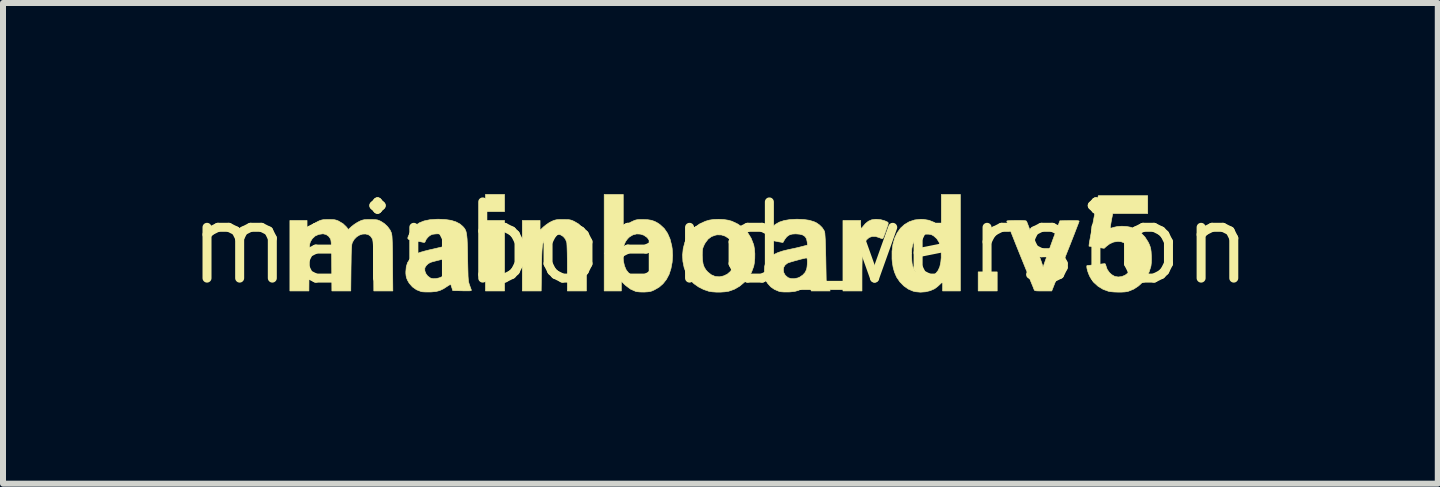
<source format=kicad_pcb>
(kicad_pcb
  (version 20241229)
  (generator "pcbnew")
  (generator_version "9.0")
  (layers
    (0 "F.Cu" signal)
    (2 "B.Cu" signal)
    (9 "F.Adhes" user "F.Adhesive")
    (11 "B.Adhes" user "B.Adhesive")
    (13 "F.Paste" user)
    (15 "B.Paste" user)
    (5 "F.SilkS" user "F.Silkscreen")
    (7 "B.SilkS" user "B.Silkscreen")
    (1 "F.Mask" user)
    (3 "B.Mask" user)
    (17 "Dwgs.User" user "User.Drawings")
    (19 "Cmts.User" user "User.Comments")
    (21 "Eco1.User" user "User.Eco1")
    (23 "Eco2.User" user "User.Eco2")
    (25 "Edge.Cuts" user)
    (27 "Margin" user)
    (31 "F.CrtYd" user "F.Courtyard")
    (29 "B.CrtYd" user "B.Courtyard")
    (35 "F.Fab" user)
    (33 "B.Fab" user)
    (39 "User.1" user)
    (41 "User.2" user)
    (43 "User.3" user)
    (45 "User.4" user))
  (footprint "mainboard_version"
    (layer "F.Cu")
    (at 8.958 1.006)
    (property "Reference" "mainboard_version" (at 0 0 0) (layer "F.SilkS") (effects (font (size 1.27 1.27) (thickness 0.15))))
    (attr board_only exclude_from_pos_files exclude_from_bom)
    (fp_poly (pts (xy -3.598 -0.529) (xy -3.916 -0.529) (xy -3.916 -0.815) (xy -3.598 -0.815) (xy -3.598 -0.529)) (stroke (width 0.01) (type solid)) (fill yes) (layer "F.SilkS"))
    (fp_poly (pts (xy -3.598 0.794) (xy -3.916 0.794) (xy -3.916 -0.381) (xy -3.598 -0.381) (xy -3.598 0.794)) (stroke (width 0.01) (type solid)) (fill yes) (layer "F.SilkS"))
    (fp_poly (pts (xy 4.614 0.794) (xy 4.297 0.794) (xy 4.297 0.476) (xy 4.614 0.476) (xy 4.614 0.794)) (stroke (width 0.01) (type solid)) (fill yes) (layer "F.SilkS"))
    (fp_poly (pts (xy 2.674 -0.394) (xy 2.741 -0.375) (xy 2.787 -0.354) (xy 2.794 -0.348) (xy 2.797 -0.339) (xy 2.796 -0.323) (xy 2.789 -0.297) (xy 2.775 -0.257) (xy 2.761 -0.216) (xy 2.744 -0.168) (xy 2.728 -0.126) (xy 2.716 -0.096) (xy 2.709 -0.081) (xy 2.708 -0.081) (xy 2.695 -0.079) (xy 2.668 -0.087) (xy 2.652 -0.094) (xy 2.589 -0.114) (xy 2.531 -0.115) (xy 2.479 -0.097) (xy 2.436 -0.059) (xy 2.411 -0.02) (xy 2.397 0.011) (xy 2.386 0.046) (xy 2.377 0.088) (xy 2.371 0.139) (xy 2.366 0.201) (xy 2.363 0.278) (xy 2.361 0.37) (xy 2.36 0.481) (xy 2.36 0.505) (xy 2.36 0.794) (xy 2.043 0.794) (xy 2.043 -0.381) (xy 2.339 -0.381) (xy 2.339 -0.23) (xy 2.369 -0.271) (xy 2.418 -0.329) (xy 2.468 -0.369) (xy 2.521 -0.392) (xy 2.583 -0.401) (xy 2.606 -0.401) (xy 2.674 -0.394)) (stroke (width 0.01) (type solid)) (fill yes) (layer "F.SilkS"))
    (fp_poly (pts (xy -2.571 -0.396) (xy -2.532 -0.395) (xy -2.502 -0.39) (xy -2.476 -0.383) (xy -2.447 -0.37) (xy -2.434 -0.364) (xy -2.362 -0.321) (xy -2.307 -0.268) (xy -2.269 -0.202) (xy -2.245 -0.122) (xy -2.244 -0.117) (xy -2.241 -0.093) (xy -2.239 -0.05) (xy -2.237 0.009) (xy -2.235 0.082) (xy -2.234 0.168) (xy -2.233 0.262) (xy -2.233 0.364) (xy -2.233 0.794) (xy -2.551 0.794) (xy -2.551 0.41) (xy -2.551 0.32) (xy -2.552 0.235) (xy -2.553 0.159) (xy -2.555 0.092) (xy -2.557 0.039) (xy -2.559 0.002) (xy -2.561 -0.015) (xy -2.583 -0.071) (xy -2.619 -0.114) (xy -2.665 -0.142) (xy -2.719 -0.156) (xy -2.775 -0.155) (xy -2.832 -0.137) (xy -2.886 -0.103) (xy -2.904 -0.086) (xy -2.922 -0.067) (xy -2.936 -0.048) (xy -2.948 -0.026) (xy -2.958 -0.000311) (xy -2.965 0.032) (xy -2.97 0.074) (xy -2.974 0.126) (xy -2.977 0.192) (xy -2.979 0.274) (xy -2.981 0.374) (xy -2.982 0.426) (xy -2.987 0.794) (xy -3.302 0.794) (xy -3.302 -0.381) (xy -3.006 -0.381) (xy -3.006 -0.219) (xy -2.948 -0.274) (xy -2.906 -0.308) (xy -2.857 -0.342) (xy -2.818 -0.363) (xy -2.785 -0.378) (xy -2.758 -0.387) (xy -2.731 -0.393) (xy -2.697 -0.396) (xy -2.651 -0.397) (xy -2.625 -0.397) (xy -2.571 -0.396)) (stroke (width 0.01) (type solid)) (fill yes) (layer "F.SilkS"))
    (fp_poly (pts (xy 4.999 -0.381) (xy 5.043 -0.38) (xy 5.073 -0.378) (xy 5.091 -0.375) (xy 5.101 -0.37) (xy 5.106 -0.362) (xy 5.117 -0.334) (xy 5.134 -0.29) (xy 5.155 -0.233) (xy 5.179 -0.166) (xy 5.206 -0.094) (xy 5.233 -0.018) (xy 5.261 0.057) (xy 5.287 0.129) (xy 5.31 0.195) (xy 5.33 0.25) (xy 5.345 0.293) (xy 5.355 0.32) (xy 5.355 0.322) (xy 5.379 0.395) (xy 5.44 0.221) (xy 5.464 0.154) (xy 5.493 0.073) (xy 5.524 -0.013) (xy 5.555 -0.098) (xy 5.58 -0.164) (xy 5.659 -0.376) (xy 5.819 -0.379) (xy 5.885 -0.379) (xy 5.931 -0.379) (xy 5.961 -0.377) (xy 5.976 -0.373) (xy 5.98 -0.369) (xy 5.976 -0.357) (xy 5.965 -0.327) (xy 5.947 -0.281) (xy 5.924 -0.221) (xy 5.896 -0.148) (xy 5.863 -0.064) (xy 5.827 0.028) (xy 5.787 0.128) (xy 5.751 0.219) (xy 5.523 0.794) (xy 5.381 0.794) (xy 5.323 0.794) (xy 5.283 0.793) (xy 5.258 0.791) (xy 5.243 0.787) (xy 5.234 0.781) (xy 5.23 0.771) (xy 5.229 0.77) (xy 5.223 0.756) (xy 5.211 0.724) (xy 5.191 0.676) (xy 5.166 0.615) (xy 5.137 0.541) (xy 5.103 0.456) (xy 5.065 0.363) (xy 5.025 0.264) (xy 4.996 0.193) (xy 4.955 0.091) (xy 4.916 -0.006) (xy 4.881 -0.095) (xy 4.849 -0.175) (xy 4.822 -0.243) (xy 4.8 -0.299) (xy 4.784 -0.34) (xy 4.775 -0.364) (xy 4.773 -0.37) (xy 4.783 -0.375) (xy 4.813 -0.378) (xy 4.861 -0.38) (xy 4.926 -0.381) (xy 4.936 -0.381) (xy 4.999 -0.381)) (stroke (width 0.01) (type solid)) (fill yes) (layer "F.SilkS"))
    (fp_poly (pts (xy -1.619 -0.263) (xy -1.574 -0.301) (xy -1.538 -0.326) (xy -1.494 -0.353) (xy -1.465 -0.367) (xy -1.434 -0.381) (xy -1.406 -0.39) (xy -1.375 -0.395) (xy -1.334 -0.397) (xy -1.291 -0.397) (xy -1.213 -0.394) (xy -1.15 -0.384) (xy -1.094 -0.365) (xy -1.041 -0.336) (xy -1.008 -0.313) (xy -0.937 -0.248) (xy -0.881 -0.167) (xy -0.839 -0.071) (xy -0.811 0.04) (xy -0.803 0.092) (xy -0.797 0.204) (xy -0.804 0.315) (xy -0.824 0.421) (xy -0.855 0.517) (xy -0.898 0.598) (xy -0.9 0.602) (xy -0.958 0.675) (xy -1.024 0.732) (xy -1.101 0.776) (xy -1.138 0.793) (xy -1.17 0.803) (xy -1.207 0.808) (xy -1.254 0.811) (xy -1.27 0.812) (xy -1.337 0.811) (xy -1.39 0.806) (xy -1.415 0.8) (xy -1.498 0.763) (xy -1.575 0.706) (xy -1.602 0.681) (xy -1.651 0.632) (xy -1.651 0.794) (xy -1.937 0.794) (xy -1.937 0.191) (xy -1.623 0.191) (xy -1.617 0.292) (xy -1.599 0.376) (xy -1.569 0.445) (xy -1.526 0.498) (xy -1.472 0.536) (xy -1.42 0.554) (xy -1.362 0.561) (xy -1.305 0.556) (xy -1.284 0.55) (xy -1.243 0.525) (xy -1.203 0.486) (xy -1.169 0.438) (xy -1.153 0.403) (xy -1.133 0.33) (xy -1.124 0.248) (xy -1.124 0.164) (xy -1.135 0.082) (xy -1.154 0.008) (xy -1.178 -0.044) (xy -1.222 -0.098) (xy -1.275 -0.135) (xy -1.334 -0.154) (xy -1.396 -0.157) (xy -1.458 -0.141) (xy -1.515 -0.107) (xy -1.546 -0.077) (xy -1.58 -0.031) (xy -1.603 0.021) (xy -1.617 0.085) (xy -1.623 0.164) (xy -1.623 0.191) (xy -1.937 0.191) (xy -1.937 -0.815) (xy -1.619 -0.815) (xy -1.619 -0.263)) (stroke (width 0.01) (type solid)) (fill yes) (layer "F.SilkS"))
    (fp_poly (pts (xy 4 0.794) (xy 3.704 0.794) (xy 3.704 0.641) (xy 3.654 0.689) (xy 3.621 0.719) (xy 3.587 0.745) (xy 3.567 0.759) (xy 3.498 0.789) (xy 3.419 0.808) (xy 3.335 0.814) (xy 3.255 0.807) (xy 3.213 0.797) (xy 3.133 0.763) (xy 3.058 0.71) (xy 2.993 0.644) (xy 2.94 0.567) (xy 2.933 0.553) (xy 2.901 0.478) (xy 2.879 0.398) (xy 2.865 0.308) (xy 2.861 0.259) (xy 2.861 0.174) (xy 3.187 0.174) (xy 3.188 0.227) (xy 3.191 0.288) (xy 3.195 0.333) (xy 3.202 0.369) (xy 3.212 0.399) (xy 3.216 0.409) (xy 3.253 0.47) (xy 3.302 0.52) (xy 3.339 0.544) (xy 3.38 0.557) (xy 3.432 0.561) (xy 3.484 0.556) (xy 3.529 0.542) (xy 3.534 0.54) (xy 3.588 0.504) (xy 3.628 0.455) (xy 3.657 0.392) (xy 3.674 0.313) (xy 3.681 0.238) (xy 3.68 0.135) (xy 3.667 0.049) (xy 3.643 -0.022) (xy 3.606 -0.079) (xy 3.556 -0.123) (xy 3.554 -0.124) (xy 3.527 -0.14) (xy 3.5 -0.149) (xy 3.467 -0.153) (xy 3.433 -0.153) (xy 3.391 -0.152) (xy 3.361 -0.148) (xy 3.337 -0.138) (xy 3.311 -0.121) (xy 3.264 -0.081) (xy 3.229 -0.035) (xy 3.205 0.022) (xy 3.191 0.09) (xy 3.187 0.174) (xy 2.861 0.174) (xy 2.861 0.132) (xy 2.876 0.017) (xy 2.905 -0.087) (xy 2.948 -0.177) (xy 3.004 -0.254) (xy 3.071 -0.315) (xy 3.15 -0.361) (xy 3.239 -0.39) (xy 3.338 -0.401) (xy 3.382 -0.4) (xy 3.477 -0.384) (xy 3.562 -0.35) (xy 3.636 -0.298) (xy 3.643 -0.292) (xy 3.683 -0.255) (xy 3.683 -0.815) (xy 4 -0.815) (xy 4 0.794)) (stroke (width 0.01) (type solid)) (fill yes) (layer "F.SilkS"))
    (fp_poly (pts (xy 0.054 -0.397) (xy 0.133 -0.385) (xy 0.192 -0.368) (xy 0.293 -0.32) (xy 0.381 -0.256) (xy 0.455 -0.178) (xy 0.512 -0.086) (xy 0.552 0.016) (xy 0.557 0.033) (xy 0.568 0.097) (xy 0.574 0.173) (xy 0.573 0.252) (xy 0.566 0.327) (xy 0.556 0.381) (xy 0.52 0.479) (xy 0.468 0.569) (xy 0.4 0.648) (xy 0.32 0.715) (xy 0.231 0.766) (xy 0.137 0.799) (xy 0.077 0.808) (xy 0.006 0.813) (xy -0.069 0.813) (xy -0.139 0.808) (xy -0.193 0.799) (xy -0.278 0.77) (xy -0.362 0.728) (xy -0.436 0.676) (xy -0.456 0.659) (xy -0.519 0.586) (xy -0.569 0.5) (xy -0.604 0.405) (xy -0.625 0.302) (xy -0.63 0.201) (xy -0.302 0.201) (xy -0.298 0.281) (xy -0.288 0.346) (xy -0.269 0.399) (xy -0.239 0.446) (xy -0.21 0.478) (xy -0.151 0.525) (xy -0.087 0.552) (xy -0.018 0.558) (xy 0.048 0.545) (xy 0.114 0.515) (xy 0.168 0.468) (xy 0.209 0.405) (xy 0.236 0.326) (xy 0.245 0.278) (xy 0.251 0.188) (xy 0.241 0.104) (xy 0.218 0.03) (xy 0.182 -0.034) (xy 0.136 -0.084) (xy 0.08 -0.12) (xy 0.017 -0.14) (xy -0.053 -0.142) (xy -0.08 -0.137) (xy -0.148 -0.113) (xy -0.204 -0.071) (xy -0.251 -0.01) (xy -0.267 0.018) (xy -0.282 0.052) (xy -0.293 0.08) (xy -0.298 0.108) (xy -0.301 0.143) (xy -0.302 0.192) (xy -0.302 0.201) (xy -0.63 0.201) (xy -0.63 0.196) (xy -0.62 0.089) (xy -0.593 -0.015) (xy -0.561 -0.091) (xy -0.505 -0.183) (xy -0.433 -0.261) (xy -0.347 -0.323) (xy -0.249 -0.368) (xy -0.184 -0.387) (xy -0.112 -0.398) (xy -0.03 -0.401) (xy 0.054 -0.397)) (stroke (width 0.01) (type solid)) (fill yes) (layer "F.SilkS"))
    (fp_poly (pts (xy 7.123 -0.497) (xy 6.541 -0.497) (xy 6.536 -0.474) (xy 6.53 -0.444) (xy 6.522 -0.405) (xy 6.514 -0.361) (xy 6.507 -0.319) (xy 6.501 -0.285) (xy 6.498 -0.263) (xy 6.498 -0.26) (xy 6.504 -0.254) (xy 6.524 -0.256) (xy 6.554 -0.266) (xy 6.617 -0.28) (xy 6.692 -0.285) (xy 6.769 -0.281) (xy 6.84 -0.268) (xy 6.85 -0.265) (xy 6.934 -0.228) (xy 7.011 -0.173) (xy 7.078 -0.103) (xy 7.131 -0.02) (xy 7.151 0.022) (xy 7.165 0.06) (xy 7.174 0.097) (xy 7.18 0.141) (xy 7.183 0.199) (xy 7.184 0.207) (xy 7.185 0.268) (xy 7.183 0.325) (xy 7.178 0.371) (xy 7.176 0.383) (xy 7.147 0.476) (xy 7.101 0.564) (xy 7.041 0.643) (xy 6.97 0.71) (xy 6.89 0.763) (xy 6.804 0.798) (xy 6.783 0.804) (xy 6.741 0.81) (xy 6.686 0.813) (xy 6.624 0.813) (xy 6.562 0.811) (xy 6.507 0.806) (xy 6.471 0.8) (xy 6.38 0.767) (xy 6.297 0.717) (xy 6.225 0.652) (xy 6.169 0.574) (xy 6.154 0.545) (xy 6.136 0.503) (xy 6.121 0.46) (xy 6.111 0.421) (xy 6.107 0.391) (xy 6.109 0.373) (xy 6.113 0.37) (xy 6.127 0.369) (xy 6.157 0.366) (xy 6.2 0.361) (xy 6.251 0.355) (xy 6.26 0.354) (xy 6.312 0.349) (xy 6.357 0.344) (xy 6.391 0.34) (xy 6.408 0.339) (xy 6.41 0.339) (xy 6.419 0.348) (xy 6.426 0.371) (xy 6.428 0.379) (xy 6.447 0.434) (xy 6.485 0.488) (xy 6.522 0.522) (xy 6.573 0.551) (xy 6.631 0.561) (xy 6.691 0.554) (xy 6.748 0.53) (xy 6.782 0.504) (xy 6.818 0.459) (xy 6.843 0.399) (xy 6.859 0.331) (xy 6.864 0.259) (xy 6.859 0.187) (xy 6.843 0.12) (xy 6.816 0.064) (xy 6.797 0.039) (xy 6.744 -0.003) (xy 6.683 -0.026) (xy 6.628 -0.032) (xy 6.557 -0.022) (xy 6.492 0.006) (xy 6.438 0.046) (xy 6.397 0.083) (xy 6.27 0.065) (xy 6.144 0.047) (xy 6.147 0.015) (xy 6.149 -0.001) (xy 6.155 -0.036) (xy 6.164 -0.085) (xy 6.175 -0.146) (xy 6.188 -0.216) (xy 6.202 -0.293) (xy 6.217 -0.372) (xy 6.232 -0.452) (xy 6.247 -0.529) (xy 6.26 -0.6) (xy 6.272 -0.663) (xy 6.282 -0.714) (xy 6.289 -0.751) (xy 6.294 -0.77) (xy 6.299 -0.794) (xy 7.123 -0.794) (xy 7.123 -0.497)) (stroke (width 0.01) (type solid)) (fill yes) (layer "F.SilkS"))
    (fp_poly (pts (xy -5.783 -0.396) (xy -5.745 -0.394) (xy -5.716 -0.39) (xy -5.691 -0.381) (xy -5.662 -0.368) (xy -5.66 -0.367) (xy -5.601 -0.329) (xy -5.548 -0.279) (xy -5.506 -0.222) (xy -5.485 -0.176) (xy -5.481 -0.16) (xy -5.477 -0.141) (xy -5.474 -0.117) (xy -5.472 -0.084) (xy -5.47 -0.042) (xy -5.468 0.011) (xy -5.466 0.079) (xy -5.465 0.162) (xy -5.464 0.263) (xy -5.464 0.336) (xy -5.46 0.794) (xy -5.777 0.794) (xy -5.78 0.378) (xy -5.781 0.271) (xy -5.783 0.183) (xy -5.784 0.112) (xy -5.785 0.056) (xy -5.787 0.013) (xy -5.79 -0.02) (xy -5.793 -0.044) (xy -5.796 -0.061) (xy -5.801 -0.074) (xy -5.802 -0.076) (xy -5.83 -0.118) (xy -5.869 -0.145) (xy -5.915 -0.156) (xy -5.965 -0.154) (xy -6.015 -0.138) (xy -6.061 -0.11) (xy -6.102 -0.069) (xy -6.133 -0.018) (xy -6.138 -0.003) (xy -6.143 0.015) (xy -6.146 0.043) (xy -6.149 0.084) (xy -6.152 0.139) (xy -6.154 0.21) (xy -6.155 0.299) (xy -6.157 0.407) (xy -6.157 0.415) (xy -6.161 0.794) (xy -6.476 0.794) (xy -6.479 0.378) (xy -6.48 0.272) (xy -6.481 0.184) (xy -6.482 0.113) (xy -6.484 0.057) (xy -6.486 0.014) (xy -6.488 -0.018) (xy -6.491 -0.042) (xy -6.494 -0.06) (xy -6.499 -0.073) (xy -6.5 -0.076) (xy -6.529 -0.117) (xy -6.571 -0.146) (xy -6.618 -0.158) (xy -6.625 -0.159) (xy -6.695 -0.149) (xy -6.755 -0.122) (xy -6.802 -0.078) (xy -6.831 -0.032) (xy -6.836 -0.019) (xy -6.841 -0.004) (xy -6.845 0.013) (xy -6.848 0.036) (xy -6.85 0.067) (xy -6.852 0.107) (xy -6.853 0.16) (xy -6.854 0.227) (xy -6.855 0.312) (xy -6.856 0.405) (xy -6.859 0.794) (xy -7.176 0.794) (xy -7.176 -0.381) (xy -6.89 -0.381) (xy -6.89 -0.305) (xy -6.89 -0.23) (xy -6.837 -0.28) (xy -6.798 -0.311) (xy -6.75 -0.342) (xy -6.712 -0.363) (xy -6.678 -0.379) (xy -6.65 -0.388) (xy -6.62 -0.394) (xy -6.583 -0.396) (xy -6.532 -0.397) (xy -6.53 -0.397) (xy -6.477 -0.396) (xy -6.438 -0.394) (xy -6.409 -0.388) (xy -6.381 -0.379) (xy -6.361 -0.369) (xy -6.29 -0.327) (xy -6.234 -0.273) (xy -6.22 -0.255) (xy -6.203 -0.23) (xy -6.147 -0.281) (xy -6.106 -0.313) (xy -6.057 -0.345) (xy -6.022 -0.364) (xy -5.99 -0.379) (xy -5.962 -0.388) (xy -5.934 -0.394) (xy -5.898 -0.396) (xy -5.849 -0.397) (xy -5.837 -0.397) (xy -5.783 -0.396)) (stroke (width 0.01) (type solid)) (fill yes) (layer "F.SilkS"))
    (fp_poly (pts (xy 1.391 -0.397) (xy 1.483 -0.384) (xy 1.561 -0.36) (xy 1.6 -0.342) (xy 1.652 -0.306) (xy 1.697 -0.261) (xy 1.729 -0.212) (xy 1.737 -0.191) (xy 1.741 -0.17) (xy 1.744 -0.128) (xy 1.748 -0.068) (xy 1.751 0.008) (xy 1.754 0.1) (xy 1.756 0.207) (xy 1.757 0.233) (xy 1.764 0.619) (xy 1.797 0.706) (xy 1.829 0.794) (xy 1.515 0.794) (xy 1.497 0.738) (xy 1.487 0.707) (xy 1.479 0.685) (xy 1.476 0.679) (xy 1.467 0.684) (xy 1.446 0.698) (xy 1.417 0.719) (xy 1.417 0.719) (xy 1.358 0.758) (xy 1.3 0.785) (xy 1.237 0.802) (xy 1.161 0.81) (xy 1.132 0.811) (xy 1.061 0.811) (xy 1.007 0.807) (xy 0.979 0.801) (xy 0.901 0.768) (xy 0.839 0.725) (xy 0.789 0.669) (xy 0.759 0.621) (xy 0.748 0.597) (xy 0.741 0.571) (xy 0.737 0.537) (xy 0.736 0.491) (xy 0.736 0.471) (xy 0.736 0.444) (xy 1.049 0.444) (xy 1.057 0.489) (xy 1.081 0.532) (xy 1.121 0.567) (xy 1.132 0.574) (xy 1.178 0.588) (xy 1.233 0.589) (xy 1.29 0.577) (xy 1.317 0.566) (xy 1.372 0.53) (xy 1.414 0.484) (xy 1.438 0.431) (xy 1.438 0.43) (xy 1.444 0.396) (xy 1.448 0.356) (xy 1.45 0.315) (xy 1.449 0.279) (xy 1.445 0.254) (xy 1.44 0.243) (xy 1.439 0.243) (xy 1.419 0.246) (xy 1.383 0.254) (xy 1.337 0.265) (xy 1.286 0.279) (xy 1.234 0.293) (xy 1.186 0.307) (xy 1.147 0.319) (xy 1.122 0.328) (xy 1.119 0.33) (xy 1.08 0.36) (xy 1.056 0.399) (xy 1.049 0.444) (xy 0.736 0.444) (xy 0.736 0.421) (xy 0.738 0.386) (xy 0.744 0.36) (xy 0.753 0.335) (xy 0.768 0.307) (xy 0.801 0.259) (xy 0.842 0.219) (xy 0.895 0.184) (xy 0.96 0.154) (xy 1.042 0.127) (xy 1.141 0.103) (xy 1.18 0.095) (xy 1.237 0.083) (xy 1.298 0.069) (xy 1.353 0.055) (xy 1.369 0.051) (xy 1.452 0.029) (xy 1.447 -0.023) (xy 1.436 -0.075) (xy 1.412 -0.113) (xy 1.373 -0.139) (xy 1.319 -0.153) (xy 1.254 -0.158) (xy 1.194 -0.154) (xy 1.147 -0.139) (xy 1.107 -0.11) (xy 1.072 -0.065) (xy 1.043 -0.014) (xy 1.033 -0.015) (xy 1.007 -0.02) (xy 0.969 -0.026) (xy 0.925 -0.035) (xy 0.878 -0.044) (xy 0.834 -0.052) (xy 0.798 -0.06) (xy 0.773 -0.066) (xy 0.764 -0.068) (xy 0.764 -0.081) (xy 0.771 -0.108) (xy 0.784 -0.142) (xy 0.801 -0.177) (xy 0.812 -0.198) (xy 0.858 -0.263) (xy 0.914 -0.314) (xy 0.981 -0.353) (xy 1.063 -0.38) (xy 1.159 -0.396) (xy 1.272 -0.402) (xy 1.281 -0.402) (xy 1.391 -0.397)) (stroke (width 0.01) (type solid)) (fill yes) (layer "F.SilkS"))
    (fp_poly (pts (xy -4.585 -0.397) (xy -4.489 -0.383) (xy -4.409 -0.358) (xy -4.342 -0.323) (xy -4.295 -0.283) (xy -4.277 -0.263) (xy -4.262 -0.244) (xy -4.25 -0.222) (xy -4.24 -0.196) (xy -4.233 -0.164) (xy -4.227 -0.123) (xy -4.222 -0.072) (xy -4.219 -0.007) (xy -4.216 0.073) (xy -4.214 0.171) (xy -4.213 0.249) (xy -4.211 0.349) (xy -4.209 0.431) (xy -4.207 0.496) (xy -4.206 0.548) (xy -4.203 0.588) (xy -4.2 0.618) (xy -4.197 0.642) (xy -4.192 0.662) (xy -4.187 0.679) (xy -4.182 0.693) (xy -4.169 0.73) (xy -4.158 0.76) (xy -4.152 0.776) (xy -4.151 0.783) (xy -4.156 0.788) (xy -4.169 0.791) (xy -4.193 0.792) (xy -4.232 0.792) (xy -4.288 0.792) (xy -4.303 0.791) (xy -4.461 0.788) (xy -4.474 0.746) (xy -4.484 0.716) (xy -4.491 0.694) (xy -4.493 0.69) (xy -4.503 0.687) (xy -4.526 0.699) (xy -4.549 0.714) (xy -4.615 0.757) (xy -4.676 0.786) (xy -4.74 0.803) (xy -4.814 0.81) (xy -4.837 0.811) (xy -4.888 0.811) (xy -4.935 0.81) (xy -4.973 0.807) (xy -4.988 0.804) (xy -5.065 0.774) (xy -5.133 0.726) (xy -5.188 0.663) (xy -5.216 0.614) (xy -5.231 0.577) (xy -5.239 0.543) (xy -5.243 0.502) (xy -5.243 0.471) (xy -5.238 0.414) (xy -4.927 0.414) (xy -4.927 0.459) (xy -4.909 0.505) (xy -4.879 0.545) (xy -4.837 0.576) (xy -4.826 0.581) (xy -4.787 0.589) (xy -4.738 0.587) (xy -4.687 0.576) (xy -4.642 0.557) (xy -4.641 0.556) (xy -4.606 0.531) (xy -4.573 0.501) (xy -4.564 0.49) (xy -4.551 0.47) (xy -4.542 0.45) (xy -4.536 0.425) (xy -4.533 0.389) (xy -4.531 0.347) (xy -4.53 0.303) (xy -4.531 0.269) (xy -4.532 0.248) (xy -4.533 0.243) (xy -4.548 0.246) (xy -4.578 0.253) (xy -4.62 0.262) (xy -4.667 0.274) (xy -4.717 0.286) (xy -4.763 0.298) (xy -4.801 0.308) (xy -4.826 0.316) (xy -4.831 0.317) (xy -4.871 0.34) (xy -4.904 0.372) (xy -4.925 0.407) (xy -4.927 0.414) (xy -5.238 0.414) (xy -5.236 0.391) (xy -5.215 0.323) (xy -5.178 0.265) (xy -5.144 0.229) (xy -5.115 0.205) (xy -5.081 0.183) (xy -5.041 0.164) (xy -4.99 0.146) (xy -4.926 0.128) (xy -4.846 0.108) (xy -4.805 0.099) (xy -4.744 0.085) (xy -4.685 0.071) (xy -4.634 0.059) (xy -4.597 0.049) (xy -4.585 0.046) (xy -4.53 0.03) (xy -4.53 -0.021) (xy -4.538 -0.074) (xy -4.564 -0.114) (xy -4.606 -0.141) (xy -4.666 -0.156) (xy -4.715 -0.159) (xy -4.756 -0.156) (xy -4.795 -0.151) (xy -4.807 -0.148) (xy -4.843 -0.13) (xy -4.878 -0.099) (xy -4.906 -0.063) (xy -4.917 -0.037) (xy -4.928 -0.017) (xy -4.941 -0.015) (xy -4.958 -0.018) (xy -4.991 -0.025) (xy -5.035 -0.033) (xy -5.086 -0.042) (xy -5.088 -0.043) (xy -5.144 -0.053) (xy -5.182 -0.061) (xy -5.203 -0.07) (xy -5.211 -0.084) (xy -5.207 -0.105) (xy -5.193 -0.136) (xy -5.179 -0.165) (xy -5.137 -0.238) (xy -5.084 -0.296) (xy -5.019 -0.341) (xy -4.94 -0.373) (xy -4.845 -0.393) (xy -4.735 -0.401) (xy -4.699 -0.402) (xy -4.585 -0.397)) (stroke (width 0.01) (type solid)) (fill yes) (layer "F.SilkS")))
  (gr_rect
    (start -3 -3)
    (end 20.916 5.012)
    (stroke (width 0.1) (type default))
    (fill no)
    (layer "Edge.Cuts")))
</source>
